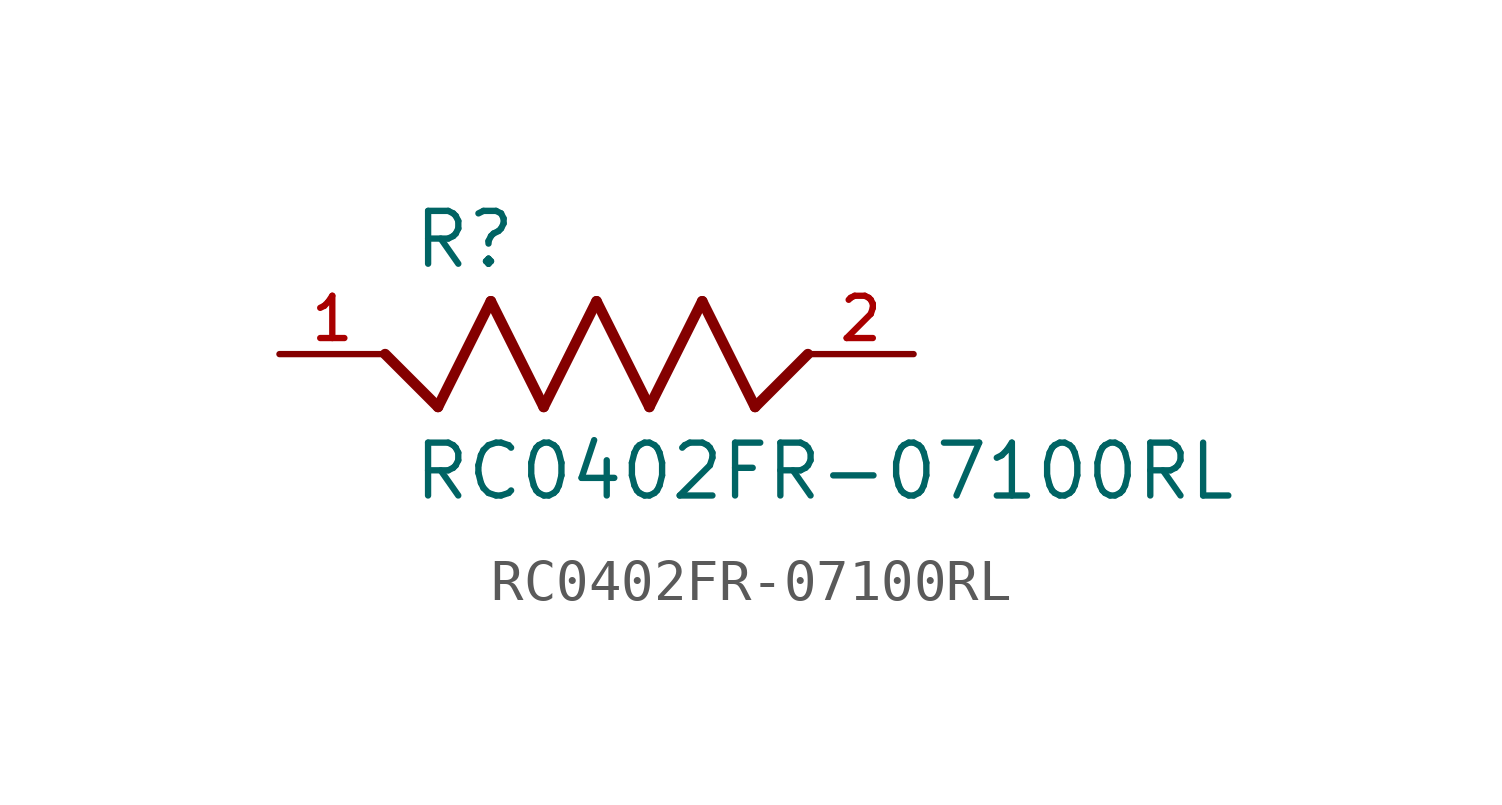
<source format=kicad_sym>
(kicad_symbol_lib
  (version 20211014)
  (generator kicad_symbol_editor)
  (symbol "RC0402FR-07100RL"
    (pin_names
      (offset 1.016))
    (property "Reference" "R"
      (at -4.45 2.009 0)
      (effects (font (size 1.27 1.27)) (justify bottom left)))
    (property "Value" "RC0402FR-07100RL"
      (at -4.451 -3.561 0)
      (effects (font (size 1.27 1.27)) (justify bottom left)))
    (symbol "RC0402FR-07100RL_0_0"
      (polyline (pts (xy -5.08 0.0) (xy -3.81 -1.27)) (stroke (width 0.254)))
      (polyline (pts (xy -3.81 -1.27) (xy -2.54 1.27)) (stroke (width 0.254)))
      (polyline (pts (xy -2.54 1.27) (xy -1.27 -1.27)) (stroke (width 0.254)))
      (polyline (pts (xy -1.27 -1.27) (xy 0.0 1.27)) (stroke (width 0.254)))
      (polyline (pts (xy 0.0 1.27) (xy 1.27 -1.27)) (stroke (width 0.254)))
      (polyline (pts (xy 1.27 -1.27) (xy 2.54 1.27)) (stroke (width 0.254)))
      (polyline (pts (xy 2.54 1.27) (xy 3.81 -1.27)) (stroke (width 0.254)))
      (polyline (pts (xy 3.81 -1.27) (xy 5.08 0.0)) (stroke (width 0.254)))
      (pin passive line (at -7.62 0.0 0) (length 2.54) (name "~" (effects (font (size 1.016 1.016)))) (number "1" (effects (font (size 1.016 1.016)))))
      (pin passive line (at 7.62 0.0 180.0) (length 2.54) (name "~" (effects (font (size 1.016 1.016)))) (number "2" (effects (font (size 1.016 1.016))))))))
</source>
